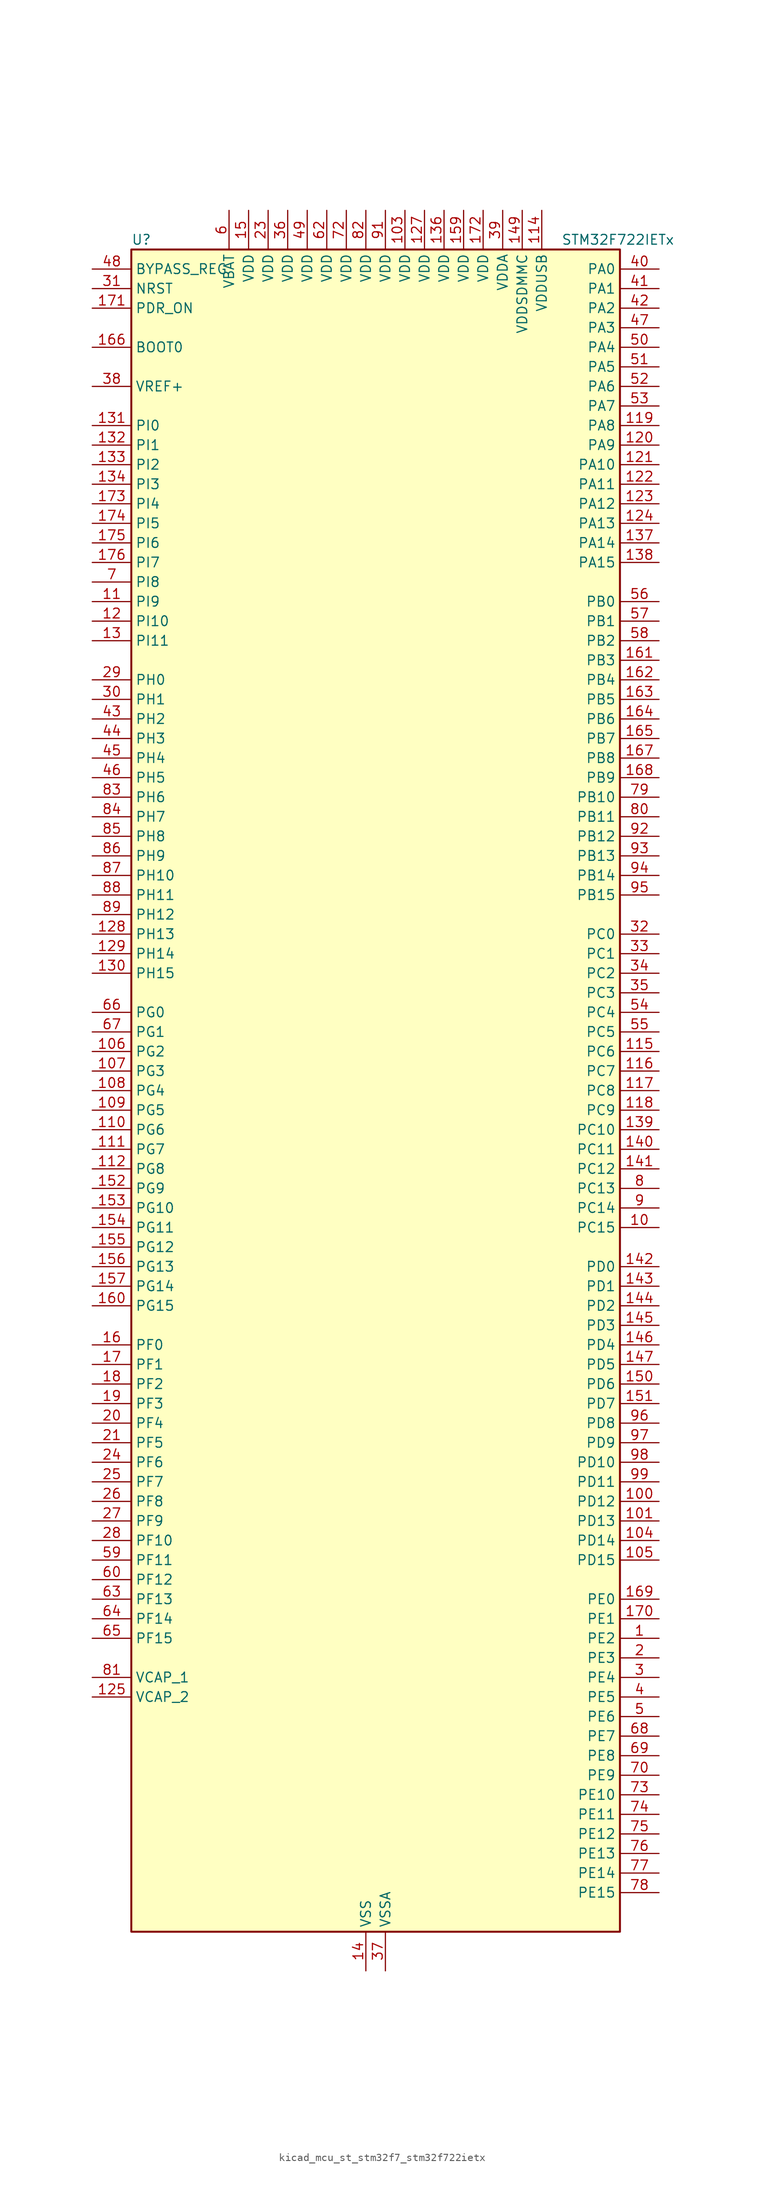
<source format=kicad_sym>
(kicad_symbol_lib
  (version 20220914)
  (generator kicad_symbol_editor)
  (symbol "kicad_mcu_st_stm32f7_stm32f722ietx"
    (property "Reference" "U"
      (at -30.48 110.49 0)
      (effects (font (size 1.27 1.27)) (justify left)))
    (property "Value" "STM32F722IETx"
      (at 25.4 110.49 0)
      (effects (font (size 1.27 1.27)) (justify left)))
    (property "ki_locked" ""
      (at 0 0 0)
      (effects (font (size 1.27 1.27))))
    (symbol "kicad_mcu_st_stm32f7_stm32f722ietx_0_1"
      (rectangle (start -30.48 -109.22) (end 33.02 109.22) (stroke (width 0.254) (type default)) (fill (type background))))
    (symbol "kicad_mcu_st_stm32f7_stm32f722ietx_1_1"
      (pin bidirectional line (at 38.1 -71.12 180) (length 5.08) (name "PE2" (effects (font (size 1.27 1.27)))) (number "1" (effects (font (size 1.27 1.27)))) (alternate "FMC_A23" bidirectional line) (alternate "QUADSPI_BK1_IO2" bidirectional line) (alternate "SAI1_MCLK_A" bidirectional line) (alternate "SPI4_SCK" bidirectional line) (alternate "SYS_TRACECLK" bidirectional line))
      (pin bidirectional line (at 38.1 -17.78 180) (length 5.08) (name "PC15" (effects (font (size 1.27 1.27)))) (number "10" (effects (font (size 1.27 1.27)))) (alternate "RCC_OSC32_OUT" bidirectional line))
      (pin bidirectional line (at 38.1 -53.34 180) (length 5.08) (name "PD12" (effects (font (size 1.27 1.27)))) (number "100" (effects (font (size 1.27 1.27)))) (alternate "FMC_A17" bidirectional line) (alternate "FMC_ALE" bidirectional line) (alternate "LPTIM1_IN1" bidirectional line) (alternate "QUADSPI_BK1_IO1" bidirectional line) (alternate "SAI2_FS_A" bidirectional line) (alternate "TIM4_CH1" bidirectional line) (alternate "USART3_DE" bidirectional line) (alternate "USART3_RTS" bidirectional line))
      (pin bidirectional line (at 38.1 -55.88 180) (length 5.08) (name "PD13" (effects (font (size 1.27 1.27)))) (number "101" (effects (font (size 1.27 1.27)))) (alternate "FMC_A18" bidirectional line) (alternate "LPTIM1_OUT" bidirectional line) (alternate "QUADSPI_BK1_IO3" bidirectional line) (alternate "SAI2_SCK_A" bidirectional line) (alternate "TIM4_CH2" bidirectional line))
      (pin passive line (at 0 -114.3 90) (length 5.08) hide (name "VSS" (effects (font (size 1.27 1.27)))) (number "102" (effects (font (size 1.27 1.27)))))
      (pin power_in line (at 5.08 114.3 270) (length 5.08) (name "VDD" (effects (font (size 1.27 1.27)))) (number "103" (effects (font (size 1.27 1.27)))))
      (pin bidirectional line (at 38.1 -58.42 180) (length 5.08) (name "PD14" (effects (font (size 1.27 1.27)))) (number "104" (effects (font (size 1.27 1.27)))) (alternate "FMC_D0" bidirectional line) (alternate "FMC_DA0" bidirectional line) (alternate "TIM4_CH3" bidirectional line) (alternate "UART8_CTS" bidirectional line))
      (pin bidirectional line (at 38.1 -60.96 180) (length 5.08) (name "PD15" (effects (font (size 1.27 1.27)))) (number "105" (effects (font (size 1.27 1.27)))) (alternate "FMC_D1" bidirectional line) (alternate "FMC_DA1" bidirectional line) (alternate "TIM4_CH4" bidirectional line) (alternate "UART8_DE" bidirectional line) (alternate "UART8_RTS" bidirectional line))
      (pin bidirectional line (at -35.56 5.08 0) (length 5.08) (name "PG2" (effects (font (size 1.27 1.27)))) (number "106" (effects (font (size 1.27 1.27)))) (alternate "FMC_A12" bidirectional line))
      (pin bidirectional line (at -35.56 2.54 0) (length 5.08) (name "PG3" (effects (font (size 1.27 1.27)))) (number "107" (effects (font (size 1.27 1.27)))) (alternate "FMC_A13" bidirectional line))
      (pin bidirectional line (at -35.56 0 0) (length 5.08) (name "PG4" (effects (font (size 1.27 1.27)))) (number "108" (effects (font (size 1.27 1.27)))) (alternate "FMC_A14" bidirectional line) (alternate "FMC_BA0" bidirectional line))
      (pin bidirectional line (at -35.56 -2.54 0) (length 5.08) (name "PG5" (effects (font (size 1.27 1.27)))) (number "109" (effects (font (size 1.27 1.27)))) (alternate "FMC_A15" bidirectional line) (alternate "FMC_BA1" bidirectional line))
      (pin bidirectional line (at -35.56 63.5 0) (length 5.08) (name "PI9" (effects (font (size 1.27 1.27)))) (number "11" (effects (font (size 1.27 1.27)))) (alternate "CAN1_RX" bidirectional line) (alternate "DAC_EXTI9" bidirectional line) (alternate "FMC_D30" bidirectional line) (alternate "UART4_RX" bidirectional line))
      (pin bidirectional line (at -35.56 -5.08 0) (length 5.08) (name "PG6" (effects (font (size 1.27 1.27)))) (number "110" (effects (font (size 1.27 1.27)))))
      (pin bidirectional line (at -35.56 -7.62 0) (length 5.08) (name "PG7" (effects (font (size 1.27 1.27)))) (number "111" (effects (font (size 1.27 1.27)))) (alternate "FMC_INT" bidirectional line) (alternate "USART6_CK" bidirectional line))
      (pin bidirectional line (at -35.56 -10.16 0) (length 5.08) (name "PG8" (effects (font (size 1.27 1.27)))) (number "112" (effects (font (size 1.27 1.27)))) (alternate "FMC_SDCLK" bidirectional line) (alternate "USART6_DE" bidirectional line) (alternate "USART6_RTS" bidirectional line))
      (pin passive line (at 0 -114.3 90) (length 5.08) hide (name "VSS" (effects (font (size 1.27 1.27)))) (number "113" (effects (font (size 1.27 1.27)))))
      (pin power_in line (at 22.86 114.3 270) (length 5.08) (name "VDDUSB" (effects (font (size 1.27 1.27)))) (number "114" (effects (font (size 1.27 1.27)))))
      (pin bidirectional line (at 38.1 5.08 180) (length 5.08) (name "PC6" (effects (font (size 1.27 1.27)))) (number "115" (effects (font (size 1.27 1.27)))) (alternate "I2S2_MCK" bidirectional line) (alternate "SDMMC1_D6" bidirectional line) (alternate "SDMMC2_D6" bidirectional line) (alternate "TIM3_CH1" bidirectional line) (alternate "TIM8_CH1" bidirectional line) (alternate "USART6_TX" bidirectional line))
      (pin bidirectional line (at 38.1 2.54 180) (length 5.08) (name "PC7" (effects (font (size 1.27 1.27)))) (number "116" (effects (font (size 1.27 1.27)))) (alternate "I2S3_MCK" bidirectional line) (alternate "SDMMC1_D7" bidirectional line) (alternate "SDMMC2_D7" bidirectional line) (alternate "TIM3_CH2" bidirectional line) (alternate "TIM8_CH2" bidirectional line) (alternate "USART6_RX" bidirectional line))
      (pin bidirectional line (at 38.1 0 180) (length 5.08) (name "PC8" (effects (font (size 1.27 1.27)))) (number "117" (effects (font (size 1.27 1.27)))) (alternate "SDMMC1_D0" bidirectional line) (alternate "SYS_TRACED1" bidirectional line) (alternate "TIM3_CH3" bidirectional line) (alternate "TIM8_CH3" bidirectional line) (alternate "UART5_DE" bidirectional line) (alternate "UART5_RTS" bidirectional line) (alternate "USART6_CK" bidirectional line))
      (pin bidirectional line (at 38.1 -2.54 180) (length 5.08) (name "PC9" (effects (font (size 1.27 1.27)))) (number "118" (effects (font (size 1.27 1.27)))) (alternate "DAC_EXTI9" bidirectional line) (alternate "I2C3_SDA" bidirectional line) (alternate "I2S_CKIN" bidirectional line) (alternate "QUADSPI_BK1_IO0" bidirectional line) (alternate "RCC_MCO_2" bidirectional line) (alternate "SDMMC1_D1" bidirectional line) (alternate "TIM3_CH4" bidirectional line) (alternate "TIM8_CH4" bidirectional line) (alternate "UART5_CTS" bidirectional line))
      (pin bidirectional line (at 38.1 86.36 180) (length 5.08) (name "PA8" (effects (font (size 1.27 1.27)))) (number "119" (effects (font (size 1.27 1.27)))) (alternate "I2C3_SCL" bidirectional line) (alternate "RCC_MCO_1" bidirectional line) (alternate "TIM1_CH1" bidirectional line) (alternate "TIM8_BKIN2" bidirectional line) (alternate "USART1_CK" bidirectional line) (alternate "USB_OTG_FS_SOF" bidirectional line))
      (pin bidirectional line (at -35.56 60.96 0) (length 5.08) (name "PI10" (effects (font (size 1.27 1.27)))) (number "12" (effects (font (size 1.27 1.27)))) (alternate "FMC_D31" bidirectional line))
      (pin bidirectional line (at 38.1 83.82 180) (length 5.08) (name "PA9" (effects (font (size 1.27 1.27)))) (number "120" (effects (font (size 1.27 1.27)))) (alternate "DAC_EXTI9" bidirectional line) (alternate "I2C3_SMBA" bidirectional line) (alternate "I2S2_CK" bidirectional line) (alternate "SPI2_SCK" bidirectional line) (alternate "TIM1_CH2" bidirectional line) (alternate "USART1_TX" bidirectional line) (alternate "USB_OTG_FS_VBUS" bidirectional line))
      (pin bidirectional line (at 38.1 81.28 180) (length 5.08) (name "PA10" (effects (font (size 1.27 1.27)))) (number "121" (effects (font (size 1.27 1.27)))) (alternate "TIM1_CH3" bidirectional line) (alternate "USART1_RX" bidirectional line) (alternate "USB_OTG_FS_ID" bidirectional line))
      (pin bidirectional line (at 38.1 78.74 180) (length 5.08) (name "PA11" (effects (font (size 1.27 1.27)))) (number "122" (effects (font (size 1.27 1.27)))) (alternate "ADC1_EXTI11" bidirectional line) (alternate "ADC2_EXTI11" bidirectional line) (alternate "ADC3_EXTI11" bidirectional line) (alternate "CAN1_RX" bidirectional line) (alternate "TIM1_CH4" bidirectional line) (alternate "USART1_CTS" bidirectional line) (alternate "USB_OTG_FS_DM" bidirectional line))
      (pin bidirectional line (at 38.1 76.2 180) (length 5.08) (name "PA12" (effects (font (size 1.27 1.27)))) (number "123" (effects (font (size 1.27 1.27)))) (alternate "CAN1_TX" bidirectional line) (alternate "SAI2_FS_B" bidirectional line) (alternate "TIM1_ETR" bidirectional line) (alternate "USART1_DE" bidirectional line) (alternate "USART1_RTS" bidirectional line) (alternate "USB_OTG_FS_DP" bidirectional line))
      (pin bidirectional line (at 38.1 73.66 180) (length 5.08) (name "PA13" (effects (font (size 1.27 1.27)))) (number "124" (effects (font (size 1.27 1.27)))) (alternate "SYS_JTMS-SWDIO" bidirectional line))
      (pin power_out line (at -35.56 -78.74 0) (length 5.08) (name "VCAP_2" (effects (font (size 1.27 1.27)))) (number "125" (effects (font (size 1.27 1.27)))))
      (pin passive line (at 0 -114.3 90) (length 5.08) hide (name "VSS" (effects (font (size 1.27 1.27)))) (number "126" (effects (font (size 1.27 1.27)))))
      (pin power_in line (at 7.62 114.3 270) (length 5.08) (name "VDD" (effects (font (size 1.27 1.27)))) (number "127" (effects (font (size 1.27 1.27)))))
      (pin bidirectional line (at -35.56 20.32 0) (length 5.08) (name "PH13" (effects (font (size 1.27 1.27)))) (number "128" (effects (font (size 1.27 1.27)))) (alternate "CAN1_TX" bidirectional line) (alternate "FMC_D21" bidirectional line) (alternate "TIM8_CH1N" bidirectional line) (alternate "UART4_TX" bidirectional line))
      (pin bidirectional line (at -35.56 17.78 0) (length 5.08) (name "PH14" (effects (font (size 1.27 1.27)))) (number "129" (effects (font (size 1.27 1.27)))) (alternate "CAN1_RX" bidirectional line) (alternate "FMC_D22" bidirectional line) (alternate "TIM8_CH2N" bidirectional line) (alternate "UART4_RX" bidirectional line))
      (pin bidirectional line (at -35.56 58.42 0) (length 5.08) (name "PI11" (effects (font (size 1.27 1.27)))) (number "13" (effects (font (size 1.27 1.27)))) (alternate "ADC1_EXTI11" bidirectional line) (alternate "ADC2_EXTI11" bidirectional line) (alternate "ADC3_EXTI11" bidirectional line) (alternate "SYS_WKUP6" bidirectional line) (alternate "USB_OTG_HS_ULPI_DIR" bidirectional line))
      (pin bidirectional line (at -35.56 15.24 0) (length 5.08) (name "PH15" (effects (font (size 1.27 1.27)))) (number "130" (effects (font (size 1.27 1.27)))) (alternate "FMC_D23" bidirectional line) (alternate "TIM8_CH3N" bidirectional line))
      (pin bidirectional line (at -35.56 86.36 0) (length 5.08) (name "PI0" (effects (font (size 1.27 1.27)))) (number "131" (effects (font (size 1.27 1.27)))) (alternate "FMC_D24" bidirectional line) (alternate "I2S2_WS" bidirectional line) (alternate "SPI2_NSS" bidirectional line) (alternate "TIM5_CH4" bidirectional line))
      (pin bidirectional line (at -35.56 83.82 0) (length 5.08) (name "PI1" (effects (font (size 1.27 1.27)))) (number "132" (effects (font (size 1.27 1.27)))) (alternate "FMC_D25" bidirectional line) (alternate "I2S2_CK" bidirectional line) (alternate "SPI2_SCK" bidirectional line) (alternate "TIM8_BKIN2" bidirectional line))
      (pin bidirectional line (at -35.56 81.28 0) (length 5.08) (name "PI2" (effects (font (size 1.27 1.27)))) (number "133" (effects (font (size 1.27 1.27)))) (alternate "FMC_D26" bidirectional line) (alternate "SPI2_MISO" bidirectional line) (alternate "TIM8_CH4" bidirectional line))
      (pin bidirectional line (at -35.56 78.74 0) (length 5.08) (name "PI3" (effects (font (size 1.27 1.27)))) (number "134" (effects (font (size 1.27 1.27)))) (alternate "FMC_D27" bidirectional line) (alternate "I2S2_SD" bidirectional line) (alternate "SPI2_MOSI" bidirectional line) (alternate "TIM8_ETR" bidirectional line))
      (pin passive line (at 0 -114.3 90) (length 5.08) hide (name "VSS" (effects (font (size 1.27 1.27)))) (number "135" (effects (font (size 1.27 1.27)))))
      (pin power_in line (at 10.16 114.3 270) (length 5.08) (name "VDD" (effects (font (size 1.27 1.27)))) (number "136" (effects (font (size 1.27 1.27)))))
      (pin bidirectional line (at 38.1 71.12 180) (length 5.08) (name "PA14" (effects (font (size 1.27 1.27)))) (number "137" (effects (font (size 1.27 1.27)))) (alternate "SYS_JTCK-SWCLK" bidirectional line))
      (pin bidirectional line (at 38.1 68.58 180) (length 5.08) (name "PA15" (effects (font (size 1.27 1.27)))) (number "138" (effects (font (size 1.27 1.27)))) (alternate "I2S1_WS" bidirectional line) (alternate "I2S3_WS" bidirectional line) (alternate "SPI1_NSS" bidirectional line) (alternate "SPI3_NSS" bidirectional line) (alternate "SYS_JTDI" bidirectional line) (alternate "TIM2_CH1" bidirectional line) (alternate "TIM2_ETR" bidirectional line) (alternate "UART4_DE" bidirectional line) (alternate "UART4_RTS" bidirectional line))
      (pin bidirectional line (at 38.1 -5.08 180) (length 5.08) (name "PC10" (effects (font (size 1.27 1.27)))) (number "139" (effects (font (size 1.27 1.27)))) (alternate "I2S3_CK" bidirectional line) (alternate "QUADSPI_BK1_IO1" bidirectional line) (alternate "SDMMC1_D2" bidirectional line) (alternate "SPI3_SCK" bidirectional line) (alternate "UART4_TX" bidirectional line) (alternate "USART3_TX" bidirectional line))
      (pin power_in line (at 0 -114.3 90) (length 5.08) (name "VSS" (effects (font (size 1.27 1.27)))) (number "14" (effects (font (size 1.27 1.27)))))
      (pin bidirectional line (at 38.1 -7.62 180) (length 5.08) (name "PC11" (effects (font (size 1.27 1.27)))) (number "140" (effects (font (size 1.27 1.27)))) (alternate "ADC1_EXTI11" bidirectional line) (alternate "ADC2_EXTI11" bidirectional line) (alternate "ADC3_EXTI11" bidirectional line) (alternate "QUADSPI_BK2_NCS" bidirectional line) (alternate "SDMMC1_D3" bidirectional line) (alternate "SPI3_MISO" bidirectional line) (alternate "UART4_RX" bidirectional line) (alternate "USART3_RX" bidirectional line))
      (pin bidirectional line (at 38.1 -10.16 180) (length 5.08) (name "PC12" (effects (font (size 1.27 1.27)))) (number "141" (effects (font (size 1.27 1.27)))) (alternate "I2S3_SD" bidirectional line) (alternate "SDMMC1_CK" bidirectional line) (alternate "SPI3_MOSI" bidirectional line) (alternate "SYS_TRACED3" bidirectional line) (alternate "UART5_TX" bidirectional line) (alternate "USART3_CK" bidirectional line))
      (pin bidirectional line (at 38.1 -22.86 180) (length 5.08) (name "PD0" (effects (font (size 1.27 1.27)))) (number "142" (effects (font (size 1.27 1.27)))) (alternate "CAN1_RX" bidirectional line) (alternate "FMC_D2" bidirectional line) (alternate "FMC_DA2" bidirectional line))
      (pin bidirectional line (at 38.1 -25.4 180) (length 5.08) (name "PD1" (effects (font (size 1.27 1.27)))) (number "143" (effects (font (size 1.27 1.27)))) (alternate "CAN1_TX" bidirectional line) (alternate "FMC_D3" bidirectional line) (alternate "FMC_DA3" bidirectional line))
      (pin bidirectional line (at 38.1 -27.94 180) (length 5.08) (name "PD2" (effects (font (size 1.27 1.27)))) (number "144" (effects (font (size 1.27 1.27)))) (alternate "SDMMC1_CMD" bidirectional line) (alternate "SYS_TRACED2" bidirectional line) (alternate "TIM3_ETR" bidirectional line) (alternate "UART5_RX" bidirectional line))
      (pin bidirectional line (at 38.1 -30.48 180) (length 5.08) (name "PD3" (effects (font (size 1.27 1.27)))) (number "145" (effects (font (size 1.27 1.27)))) (alternate "FMC_CLK" bidirectional line) (alternate "I2S2_CK" bidirectional line) (alternate "SPI2_SCK" bidirectional line) (alternate "USART2_CTS" bidirectional line))
      (pin bidirectional line (at 38.1 -33.02 180) (length 5.08) (name "PD4" (effects (font (size 1.27 1.27)))) (number "146" (effects (font (size 1.27 1.27)))) (alternate "FMC_NOE" bidirectional line) (alternate "USART2_DE" bidirectional line) (alternate "USART2_RTS" bidirectional line))
      (pin bidirectional line (at 38.1 -35.56 180) (length 5.08) (name "PD5" (effects (font (size 1.27 1.27)))) (number "147" (effects (font (size 1.27 1.27)))) (alternate "FMC_NWE" bidirectional line) (alternate "USART2_TX" bidirectional line))
      (pin passive line (at 0 -114.3 90) (length 5.08) hide (name "VSS" (effects (font (size 1.27 1.27)))) (number "148" (effects (font (size 1.27 1.27)))))
      (pin power_in line (at 20.32 114.3 270) (length 5.08) (name "VDDSDMMC" (effects (font (size 1.27 1.27)))) (number "149" (effects (font (size 1.27 1.27)))))
      (pin power_in line (at -15.24 114.3 270) (length 5.08) (name "VDD" (effects (font (size 1.27 1.27)))) (number "15" (effects (font (size 1.27 1.27)))))
      (pin bidirectional line (at 38.1 -38.1 180) (length 5.08) (name "PD6" (effects (font (size 1.27 1.27)))) (number "150" (effects (font (size 1.27 1.27)))) (alternate "FMC_NWAIT" bidirectional line) (alternate "I2S3_SD" bidirectional line) (alternate "SAI1_SD_A" bidirectional line) (alternate "SDMMC2_CK" bidirectional line) (alternate "SPI3_MOSI" bidirectional line) (alternate "USART2_RX" bidirectional line))
      (pin bidirectional line (at 38.1 -40.64 180) (length 5.08) (name "PD7" (effects (font (size 1.27 1.27)))) (number "151" (effects (font (size 1.27 1.27)))) (alternate "FMC_NE1" bidirectional line) (alternate "SDMMC2_CMD" bidirectional line) (alternate "USART2_CK" bidirectional line))
      (pin bidirectional line (at -35.56 -12.7 0) (length 5.08) (name "PG9" (effects (font (size 1.27 1.27)))) (number "152" (effects (font (size 1.27 1.27)))) (alternate "DAC_EXTI9" bidirectional line) (alternate "FMC_NCE" bidirectional line) (alternate "FMC_NE2" bidirectional line) (alternate "QUADSPI_BK2_IO2" bidirectional line) (alternate "SAI2_FS_B" bidirectional line) (alternate "SDMMC2_D0" bidirectional line) (alternate "USART6_RX" bidirectional line))
      (pin bidirectional line (at -35.56 -15.24 0) (length 5.08) (name "PG10" (effects (font (size 1.27 1.27)))) (number "153" (effects (font (size 1.27 1.27)))) (alternate "FMC_NE3" bidirectional line) (alternate "SAI2_SD_B" bidirectional line) (alternate "SDMMC2_D1" bidirectional line))
      (pin bidirectional line (at -35.56 -17.78 0) (length 5.08) (name "PG11" (effects (font (size 1.27 1.27)))) (number "154" (effects (font (size 1.27 1.27)))) (alternate "ADC1_EXTI11" bidirectional line) (alternate "ADC2_EXTI11" bidirectional line) (alternate "ADC3_EXTI11" bidirectional line) (alternate "FMC_INT" bidirectional line) (alternate "SDMMC2_D2" bidirectional line))
      (pin bidirectional line (at -35.56 -20.32 0) (length 5.08) (name "PG12" (effects (font (size 1.27 1.27)))) (number "155" (effects (font (size 1.27 1.27)))) (alternate "FMC_NE4" bidirectional line) (alternate "LPTIM1_IN1" bidirectional line) (alternate "SDMMC2_D3" bidirectional line) (alternate "USART6_DE" bidirectional line) (alternate "USART6_RTS" bidirectional line))
      (pin bidirectional line (at -35.56 -22.86 0) (length 5.08) (name "PG13" (effects (font (size 1.27 1.27)))) (number "156" (effects (font (size 1.27 1.27)))) (alternate "FMC_A24" bidirectional line) (alternate "LPTIM1_OUT" bidirectional line) (alternate "SYS_TRACED0" bidirectional line) (alternate "USART6_CTS" bidirectional line))
      (pin bidirectional line (at -35.56 -25.4 0) (length 5.08) (name "PG14" (effects (font (size 1.27 1.27)))) (number "157" (effects (font (size 1.27 1.27)))) (alternate "FMC_A25" bidirectional line) (alternate "LPTIM1_ETR" bidirectional line) (alternate "QUADSPI_BK2_IO3" bidirectional line) (alternate "SYS_TRACED1" bidirectional line) (alternate "USART6_TX" bidirectional line))
      (pin passive line (at 0 -114.3 90) (length 5.08) hide (name "VSS" (effects (font (size 1.27 1.27)))) (number "158" (effects (font (size 1.27 1.27)))))
      (pin power_in line (at 12.7 114.3 270) (length 5.08) (name "VDD" (effects (font (size 1.27 1.27)))) (number "159" (effects (font (size 1.27 1.27)))))
      (pin bidirectional line (at -35.56 -33.02 0) (length 5.08) (name "PF0" (effects (font (size 1.27 1.27)))) (number "16" (effects (font (size 1.27 1.27)))) (alternate "FMC_A0" bidirectional line) (alternate "I2C2_SDA" bidirectional line))
      (pin bidirectional line (at -35.56 -27.94 0) (length 5.08) (name "PG15" (effects (font (size 1.27 1.27)))) (number "160" (effects (font (size 1.27 1.27)))) (alternate "FMC_SDNCAS" bidirectional line) (alternate "USART6_CTS" bidirectional line))
      (pin bidirectional line (at 38.1 55.88 180) (length 5.08) (name "PB3" (effects (font (size 1.27 1.27)))) (number "161" (effects (font (size 1.27 1.27)))) (alternate "I2S1_CK" bidirectional line) (alternate "I2S3_CK" bidirectional line) (alternate "SDMMC2_D2" bidirectional line) (alternate "SPI1_SCK" bidirectional line) (alternate "SPI3_SCK" bidirectional line) (alternate "SYS_JTDO-SWO" bidirectional line) (alternate "TIM2_CH2" bidirectional line))
      (pin bidirectional line (at 38.1 53.34 180) (length 5.08) (name "PB4" (effects (font (size 1.27 1.27)))) (number "162" (effects (font (size 1.27 1.27)))) (alternate "I2S2_WS" bidirectional line) (alternate "SDMMC2_D3" bidirectional line) (alternate "SPI1_MISO" bidirectional line) (alternate "SPI2_NSS" bidirectional line) (alternate "SPI3_MISO" bidirectional line) (alternate "SYS_JTRST" bidirectional line) (alternate "TIM3_CH1" bidirectional line))
      (pin bidirectional line (at 38.1 50.8 180) (length 5.08) (name "PB5" (effects (font (size 1.27 1.27)))) (number "163" (effects (font (size 1.27 1.27)))) (alternate "FMC_SDCKE1" bidirectional line) (alternate "I2C1_SMBA" bidirectional line) (alternate "I2S1_SD" bidirectional line) (alternate "I2S3_SD" bidirectional line) (alternate "SPI1_MOSI" bidirectional line) (alternate "SPI3_MOSI" bidirectional line) (alternate "TIM3_CH2" bidirectional line) (alternate "USB_OTG_HS_ULPI_D7" bidirectional line))
      (pin bidirectional line (at 38.1 48.26 180) (length 5.08) (name "PB6" (effects (font (size 1.27 1.27)))) (number "164" (effects (font (size 1.27 1.27)))) (alternate "FMC_SDNE1" bidirectional line) (alternate "I2C1_SCL" bidirectional line) (alternate "QUADSPI_BK1_NCS" bidirectional line) (alternate "TIM4_CH1" bidirectional line) (alternate "USART1_TX" bidirectional line))
      (pin bidirectional line (at 38.1 45.72 180) (length 5.08) (name "PB7" (effects (font (size 1.27 1.27)))) (number "165" (effects (font (size 1.27 1.27)))) (alternate "FMC_NL" bidirectional line) (alternate "I2C1_SDA" bidirectional line) (alternate "TIM4_CH2" bidirectional line) (alternate "USART1_RX" bidirectional line))
      (pin input line (at -35.56 96.52 0) (length 5.08) (name "BOOT0" (effects (font (size 1.27 1.27)))) (number "166" (effects (font (size 1.27 1.27)))))
      (pin bidirectional line (at 38.1 43.18 180) (length 5.08) (name "PB8" (effects (font (size 1.27 1.27)))) (number "167" (effects (font (size 1.27 1.27)))) (alternate "CAN1_RX" bidirectional line) (alternate "I2C1_SCL" bidirectional line) (alternate "SDMMC1_D4" bidirectional line) (alternate "SDMMC2_D4" bidirectional line) (alternate "TIM10_CH1" bidirectional line) (alternate "TIM4_CH3" bidirectional line))
      (pin bidirectional line (at 38.1 40.64 180) (length 5.08) (name "PB9" (effects (font (size 1.27 1.27)))) (number "168" (effects (font (size 1.27 1.27)))) (alternate "CAN1_TX" bidirectional line) (alternate "DAC_EXTI9" bidirectional line) (alternate "I2C1_SDA" bidirectional line) (alternate "I2S2_WS" bidirectional line) (alternate "SDMMC1_D5" bidirectional line) (alternate "SDMMC2_D5" bidirectional line) (alternate "SPI2_NSS" bidirectional line) (alternate "TIM11_CH1" bidirectional line) (alternate "TIM4_CH4" bidirectional line))
      (pin bidirectional line (at 38.1 -66.04 180) (length 5.08) (name "PE0" (effects (font (size 1.27 1.27)))) (number "169" (effects (font (size 1.27 1.27)))) (alternate "FMC_NBL0" bidirectional line) (alternate "LPTIM1_ETR" bidirectional line) (alternate "SAI2_MCLK_A" bidirectional line) (alternate "TIM4_ETR" bidirectional line) (alternate "UART8_RX" bidirectional line))
      (pin bidirectional line (at -35.56 -35.56 0) (length 5.08) (name "PF1" (effects (font (size 1.27 1.27)))) (number "17" (effects (font (size 1.27 1.27)))) (alternate "FMC_A1" bidirectional line) (alternate "I2C2_SCL" bidirectional line))
      (pin bidirectional line (at 38.1 -68.58 180) (length 5.08) (name "PE1" (effects (font (size 1.27 1.27)))) (number "170" (effects (font (size 1.27 1.27)))) (alternate "FMC_NBL1" bidirectional line) (alternate "LPTIM1_IN2" bidirectional line) (alternate "UART8_TX" bidirectional line))
      (pin input line (at -35.56 101.6 0) (length 5.08) (name "PDR_ON" (effects (font (size 1.27 1.27)))) (number "171" (effects (font (size 1.27 1.27)))))
      (pin power_in line (at 15.24 114.3 270) (length 5.08) (name "VDD" (effects (font (size 1.27 1.27)))) (number "172" (effects (font (size 1.27 1.27)))))
      (pin bidirectional line (at -35.56 76.2 0) (length 5.08) (name "PI4" (effects (font (size 1.27 1.27)))) (number "173" (effects (font (size 1.27 1.27)))) (alternate "FMC_NBL2" bidirectional line) (alternate "SAI2_MCLK_A" bidirectional line) (alternate "TIM8_BKIN" bidirectional line))
      (pin bidirectional line (at -35.56 73.66 0) (length 5.08) (name "PI5" (effects (font (size 1.27 1.27)))) (number "174" (effects (font (size 1.27 1.27)))) (alternate "FMC_NBL3" bidirectional line) (alternate "SAI2_SCK_A" bidirectional line) (alternate "TIM8_CH1" bidirectional line))
      (pin bidirectional line (at -35.56 71.12 0) (length 5.08) (name "PI6" (effects (font (size 1.27 1.27)))) (number "175" (effects (font (size 1.27 1.27)))) (alternate "FMC_D28" bidirectional line) (alternate "SAI2_SD_A" bidirectional line) (alternate "TIM8_CH2" bidirectional line))
      (pin bidirectional line (at -35.56 68.58 0) (length 5.08) (name "PI7" (effects (font (size 1.27 1.27)))) (number "176" (effects (font (size 1.27 1.27)))) (alternate "FMC_D29" bidirectional line) (alternate "SAI2_FS_A" bidirectional line) (alternate "TIM8_CH3" bidirectional line))
      (pin bidirectional line (at -35.56 -38.1 0) (length 5.08) (name "PF2" (effects (font (size 1.27 1.27)))) (number "18" (effects (font (size 1.27 1.27)))) (alternate "FMC_A2" bidirectional line) (alternate "I2C2_SMBA" bidirectional line))
      (pin bidirectional line (at -35.56 -40.64 0) (length 5.08) (name "PF3" (effects (font (size 1.27 1.27)))) (number "19" (effects (font (size 1.27 1.27)))) (alternate "ADC3_IN9" bidirectional line) (alternate "FMC_A3" bidirectional line))
      (pin bidirectional line (at 38.1 -73.66 180) (length 5.08) (name "PE3" (effects (font (size 1.27 1.27)))) (number "2" (effects (font (size 1.27 1.27)))) (alternate "FMC_A19" bidirectional line) (alternate "SAI1_SD_B" bidirectional line) (alternate "SYS_TRACED0" bidirectional line))
      (pin bidirectional line (at -35.56 -43.18 0) (length 5.08) (name "PF4" (effects (font (size 1.27 1.27)))) (number "20" (effects (font (size 1.27 1.27)))) (alternate "ADC3_IN14" bidirectional line) (alternate "FMC_A4" bidirectional line))
      (pin bidirectional line (at -35.56 -45.72 0) (length 5.08) (name "PF5" (effects (font (size 1.27 1.27)))) (number "21" (effects (font (size 1.27 1.27)))) (alternate "ADC3_IN15" bidirectional line) (alternate "FMC_A5" bidirectional line))
      (pin passive line (at 0 -114.3 90) (length 5.08) hide (name "VSS" (effects (font (size 1.27 1.27)))) (number "22" (effects (font (size 1.27 1.27)))))
      (pin power_in line (at -12.7 114.3 270) (length 5.08) (name "VDD" (effects (font (size 1.27 1.27)))) (number "23" (effects (font (size 1.27 1.27)))))
      (pin bidirectional line (at -35.56 -48.26 0) (length 5.08) (name "PF6" (effects (font (size 1.27 1.27)))) (number "24" (effects (font (size 1.27 1.27)))) (alternate "ADC3_IN4" bidirectional line) (alternate "QUADSPI_BK1_IO3" bidirectional line) (alternate "SAI1_SD_B" bidirectional line) (alternate "SPI5_NSS" bidirectional line) (alternate "TIM10_CH1" bidirectional line) (alternate "UART7_RX" bidirectional line))
      (pin bidirectional line (at -35.56 -50.8 0) (length 5.08) (name "PF7" (effects (font (size 1.27 1.27)))) (number "25" (effects (font (size 1.27 1.27)))) (alternate "ADC3_IN5" bidirectional line) (alternate "QUADSPI_BK1_IO2" bidirectional line) (alternate "SAI1_MCLK_B" bidirectional line) (alternate "SPI5_SCK" bidirectional line) (alternate "TIM11_CH1" bidirectional line) (alternate "UART7_TX" bidirectional line))
      (pin bidirectional line (at -35.56 -53.34 0) (length 5.08) (name "PF8" (effects (font (size 1.27 1.27)))) (number "26" (effects (font (size 1.27 1.27)))) (alternate "ADC3_IN6" bidirectional line) (alternate "QUADSPI_BK1_IO0" bidirectional line) (alternate "SAI1_SCK_B" bidirectional line) (alternate "SPI5_MISO" bidirectional line) (alternate "TIM13_CH1" bidirectional line) (alternate "UART7_DE" bidirectional line) (alternate "UART7_RTS" bidirectional line))
      (pin bidirectional line (at -35.56 -55.88 0) (length 5.08) (name "PF9" (effects (font (size 1.27 1.27)))) (number "27" (effects (font (size 1.27 1.27)))) (alternate "ADC3_IN7" bidirectional line) (alternate "DAC_EXTI9" bidirectional line) (alternate "QUADSPI_BK1_IO1" bidirectional line) (alternate "SAI1_FS_B" bidirectional line) (alternate "SPI5_MOSI" bidirectional line) (alternate "TIM14_CH1" bidirectional line) (alternate "UART7_CTS" bidirectional line))
      (pin bidirectional line (at -35.56 -58.42 0) (length 5.08) (name "PF10" (effects (font (size 1.27 1.27)))) (number "28" (effects (font (size 1.27 1.27)))) (alternate "ADC3_IN8" bidirectional line))
      (pin bidirectional line (at -35.56 53.34 0) (length 5.08) (name "PH0" (effects (font (size 1.27 1.27)))) (number "29" (effects (font (size 1.27 1.27)))) (alternate "RCC_OSC_IN" bidirectional line))
      (pin bidirectional line (at 38.1 -76.2 180) (length 5.08) (name "PE4" (effects (font (size 1.27 1.27)))) (number "3" (effects (font (size 1.27 1.27)))) (alternate "FMC_A20" bidirectional line) (alternate "SAI1_FS_A" bidirectional line) (alternate "SPI4_NSS" bidirectional line) (alternate "SYS_TRACED1" bidirectional line))
      (pin bidirectional line (at -35.56 50.8 0) (length 5.08) (name "PH1" (effects (font (size 1.27 1.27)))) (number "30" (effects (font (size 1.27 1.27)))) (alternate "RCC_OSC_OUT" bidirectional line))
      (pin input line (at -35.56 104.14 0) (length 5.08) (name "NRST" (effects (font (size 1.27 1.27)))) (number "31" (effects (font (size 1.27 1.27)))))
      (pin bidirectional line (at 38.1 20.32 180) (length 5.08) (name "PC0" (effects (font (size 1.27 1.27)))) (number "32" (effects (font (size 1.27 1.27)))) (alternate "ADC1_IN10" bidirectional line) (alternate "ADC2_IN10" bidirectional line) (alternate "ADC3_IN10" bidirectional line) (alternate "FMC_SDNWE" bidirectional line) (alternate "SAI2_FS_B" bidirectional line) (alternate "USB_OTG_HS_ULPI_STP" bidirectional line))
      (pin bidirectional line (at 38.1 17.78 180) (length 5.08) (name "PC1" (effects (font (size 1.27 1.27)))) (number "33" (effects (font (size 1.27 1.27)))) (alternate "ADC1_IN11" bidirectional line) (alternate "ADC2_IN11" bidirectional line) (alternate "ADC3_IN11" bidirectional line) (alternate "I2S2_SD" bidirectional line) (alternate "RTC_TAMP3" bidirectional line) (alternate "RTC_TS" bidirectional line) (alternate "SAI1_SD_A" bidirectional line) (alternate "SPI2_MOSI" bidirectional line) (alternate "SYS_TRACED0" bidirectional line) (alternate "SYS_WKUP3" bidirectional line))
      (pin bidirectional line (at 38.1 15.24 180) (length 5.08) (name "PC2" (effects (font (size 1.27 1.27)))) (number "34" (effects (font (size 1.27 1.27)))) (alternate "ADC1_IN12" bidirectional line) (alternate "ADC2_IN12" bidirectional line) (alternate "ADC3_IN12" bidirectional line) (alternate "FMC_SDNE0" bidirectional line) (alternate "SPI2_MISO" bidirectional line) (alternate "USB_OTG_HS_ULPI_DIR" bidirectional line))
      (pin bidirectional line (at 38.1 12.7 180) (length 5.08) (name "PC3" (effects (font (size 1.27 1.27)))) (number "35" (effects (font (size 1.27 1.27)))) (alternate "ADC1_IN13" bidirectional line) (alternate "ADC2_IN13" bidirectional line) (alternate "ADC3_IN13" bidirectional line) (alternate "FMC_SDCKE0" bidirectional line) (alternate "I2S2_SD" bidirectional line) (alternate "SPI2_MOSI" bidirectional line) (alternate "USB_OTG_HS_ULPI_NXT" bidirectional line))
      (pin power_in line (at -10.16 114.3 270) (length 5.08) (name "VDD" (effects (font (size 1.27 1.27)))) (number "36" (effects (font (size 1.27 1.27)))))
      (pin power_in line (at 2.54 -114.3 90) (length 5.08) (name "VSSA" (effects (font (size 1.27 1.27)))) (number "37" (effects (font (size 1.27 1.27)))))
      (pin input line (at -35.56 91.44 0) (length 5.08) (name "VREF+" (effects (font (size 1.27 1.27)))) (number "38" (effects (font (size 1.27 1.27)))))
      (pin power_in line (at 17.78 114.3 270) (length 5.08) (name "VDDA" (effects (font (size 1.27 1.27)))) (number "39" (effects (font (size 1.27 1.27)))))
      (pin bidirectional line (at 38.1 -78.74 180) (length 5.08) (name "PE5" (effects (font (size 1.27 1.27)))) (number "4" (effects (font (size 1.27 1.27)))) (alternate "FMC_A21" bidirectional line) (alternate "SAI1_SCK_A" bidirectional line) (alternate "SPI4_MISO" bidirectional line) (alternate "SYS_TRACED2" bidirectional line) (alternate "TIM9_CH1" bidirectional line))
      (pin bidirectional line (at 38.1 106.68 180) (length 5.08) (name "PA0" (effects (font (size 1.27 1.27)))) (number "40" (effects (font (size 1.27 1.27)))) (alternate "ADC1_IN0" bidirectional line) (alternate "ADC2_IN0" bidirectional line) (alternate "ADC3_IN0" bidirectional line) (alternate "SAI2_SD_B" bidirectional line) (alternate "SYS_WKUP1" bidirectional line) (alternate "TIM2_CH1" bidirectional line) (alternate "TIM2_ETR" bidirectional line) (alternate "TIM5_CH1" bidirectional line) (alternate "TIM8_ETR" bidirectional line) (alternate "UART4_TX" bidirectional line) (alternate "USART2_CTS" bidirectional line))
      (pin bidirectional line (at 38.1 104.14 180) (length 5.08) (name "PA1" (effects (font (size 1.27 1.27)))) (number "41" (effects (font (size 1.27 1.27)))) (alternate "ADC1_IN1" bidirectional line) (alternate "ADC2_IN1" bidirectional line) (alternate "ADC3_IN1" bidirectional line) (alternate "QUADSPI_BK1_IO3" bidirectional line) (alternate "SAI2_MCLK_B" bidirectional line) (alternate "TIM2_CH2" bidirectional line) (alternate "TIM5_CH2" bidirectional line) (alternate "UART4_RX" bidirectional line) (alternate "USART2_DE" bidirectional line) (alternate "USART2_RTS" bidirectional line))
      (pin bidirectional line (at 38.1 101.6 180) (length 5.08) (name "PA2" (effects (font (size 1.27 1.27)))) (number "42" (effects (font (size 1.27 1.27)))) (alternate "ADC1_IN2" bidirectional line) (alternate "ADC2_IN2" bidirectional line) (alternate "ADC3_IN2" bidirectional line) (alternate "SAI2_SCK_B" bidirectional line) (alternate "SYS_WKUP2" bidirectional line) (alternate "TIM2_CH3" bidirectional line) (alternate "TIM5_CH3" bidirectional line) (alternate "TIM9_CH1" bidirectional line) (alternate "USART2_TX" bidirectional line))
      (pin bidirectional line (at -35.56 48.26 0) (length 5.08) (name "PH2" (effects (font (size 1.27 1.27)))) (number "43" (effects (font (size 1.27 1.27)))) (alternate "FMC_SDCKE0" bidirectional line) (alternate "LPTIM1_IN2" bidirectional line) (alternate "QUADSPI_BK2_IO0" bidirectional line) (alternate "SAI2_SCK_B" bidirectional line))
      (pin bidirectional line (at -35.56 45.72 0) (length 5.08) (name "PH3" (effects (font (size 1.27 1.27)))) (number "44" (effects (font (size 1.27 1.27)))) (alternate "FMC_SDNE0" bidirectional line) (alternate "QUADSPI_BK2_IO1" bidirectional line) (alternate "SAI2_MCLK_B" bidirectional line))
      (pin bidirectional line (at -35.56 43.18 0) (length 5.08) (name "PH4" (effects (font (size 1.27 1.27)))) (number "45" (effects (font (size 1.27 1.27)))) (alternate "I2C2_SCL" bidirectional line) (alternate "USB_OTG_HS_ULPI_NXT" bidirectional line))
      (pin bidirectional line (at -35.56 40.64 0) (length 5.08) (name "PH5" (effects (font (size 1.27 1.27)))) (number "46" (effects (font (size 1.27 1.27)))) (alternate "FMC_SDNWE" bidirectional line) (alternate "I2C2_SDA" bidirectional line) (alternate "SPI5_NSS" bidirectional line))
      (pin bidirectional line (at 38.1 99.06 180) (length 5.08) (name "PA3" (effects (font (size 1.27 1.27)))) (number "47" (effects (font (size 1.27 1.27)))) (alternate "ADC1_IN3" bidirectional line) (alternate "ADC2_IN3" bidirectional line) (alternate "ADC3_IN3" bidirectional line) (alternate "TIM2_CH4" bidirectional line) (alternate "TIM5_CH4" bidirectional line) (alternate "TIM9_CH2" bidirectional line) (alternate "USART2_RX" bidirectional line) (alternate "USB_OTG_HS_ULPI_D0" bidirectional line))
      (pin input line (at -35.56 106.68 0) (length 5.08) (name "BYPASS_REG" (effects (font (size 1.27 1.27)))) (number "48" (effects (font (size 1.27 1.27)))))
      (pin power_in line (at -7.62 114.3 270) (length 5.08) (name "VDD" (effects (font (size 1.27 1.27)))) (number "49" (effects (font (size 1.27 1.27)))))
      (pin bidirectional line (at 38.1 -81.28 180) (length 5.08) (name "PE6" (effects (font (size 1.27 1.27)))) (number "5" (effects (font (size 1.27 1.27)))) (alternate "FMC_A22" bidirectional line) (alternate "SAI1_SD_A" bidirectional line) (alternate "SAI2_MCLK_B" bidirectional line) (alternate "SPI4_MOSI" bidirectional line) (alternate "SYS_TRACED3" bidirectional line) (alternate "TIM1_BKIN2" bidirectional line) (alternate "TIM9_CH2" bidirectional line))
      (pin bidirectional line (at 38.1 96.52 180) (length 5.08) (name "PA4" (effects (font (size 1.27 1.27)))) (number "50" (effects (font (size 1.27 1.27)))) (alternate "ADC1_IN4" bidirectional line) (alternate "ADC2_IN4" bidirectional line) (alternate "DAC_OUT1" bidirectional line) (alternate "I2S1_WS" bidirectional line) (alternate "I2S3_WS" bidirectional line) (alternate "SPI1_NSS" bidirectional line) (alternate "SPI3_NSS" bidirectional line) (alternate "USART2_CK" bidirectional line) (alternate "USB_OTG_HS_SOF" bidirectional line))
      (pin bidirectional line (at 38.1 93.98 180) (length 5.08) (name "PA5" (effects (font (size 1.27 1.27)))) (number "51" (effects (font (size 1.27 1.27)))) (alternate "ADC1_IN5" bidirectional line) (alternate "ADC2_IN5" bidirectional line) (alternate "DAC_OUT2" bidirectional line) (alternate "I2S1_CK" bidirectional line) (alternate "SPI1_SCK" bidirectional line) (alternate "TIM2_CH1" bidirectional line) (alternate "TIM2_ETR" bidirectional line) (alternate "TIM8_CH1N" bidirectional line) (alternate "USB_OTG_HS_ULPI_CK" bidirectional line))
      (pin bidirectional line (at 38.1 91.44 180) (length 5.08) (name "PA6" (effects (font (size 1.27 1.27)))) (number "52" (effects (font (size 1.27 1.27)))) (alternate "ADC1_IN6" bidirectional line) (alternate "ADC2_IN6" bidirectional line) (alternate "SPI1_MISO" bidirectional line) (alternate "TIM13_CH1" bidirectional line) (alternate "TIM1_BKIN" bidirectional line) (alternate "TIM3_CH1" bidirectional line) (alternate "TIM8_BKIN" bidirectional line))
      (pin bidirectional line (at 38.1 88.9 180) (length 5.08) (name "PA7" (effects (font (size 1.27 1.27)))) (number "53" (effects (font (size 1.27 1.27)))) (alternate "ADC1_IN7" bidirectional line) (alternate "ADC2_IN7" bidirectional line) (alternate "FMC_SDNWE" bidirectional line) (alternate "I2S1_SD" bidirectional line) (alternate "SPI1_MOSI" bidirectional line) (alternate "TIM14_CH1" bidirectional line) (alternate "TIM1_CH1N" bidirectional line) (alternate "TIM3_CH2" bidirectional line) (alternate "TIM8_CH1N" bidirectional line))
      (pin bidirectional line (at 38.1 10.16 180) (length 5.08) (name "PC4" (effects (font (size 1.27 1.27)))) (number "54" (effects (font (size 1.27 1.27)))) (alternate "ADC1_IN14" bidirectional line) (alternate "ADC2_IN14" bidirectional line) (alternate "FMC_SDNE0" bidirectional line) (alternate "I2S1_MCK" bidirectional line))
      (pin bidirectional line (at 38.1 7.62 180) (length 5.08) (name "PC5" (effects (font (size 1.27 1.27)))) (number "55" (effects (font (size 1.27 1.27)))) (alternate "ADC1_IN15" bidirectional line) (alternate "ADC2_IN15" bidirectional line) (alternate "FMC_SDCKE0" bidirectional line))
      (pin bidirectional line (at 38.1 63.5 180) (length 5.08) (name "PB0" (effects (font (size 1.27 1.27)))) (number "56" (effects (font (size 1.27 1.27)))) (alternate "ADC1_IN8" bidirectional line) (alternate "ADC2_IN8" bidirectional line) (alternate "TIM1_CH2N" bidirectional line) (alternate "TIM3_CH3" bidirectional line) (alternate "TIM8_CH2N" bidirectional line) (alternate "UART4_CTS" bidirectional line) (alternate "USB_OTG_HS_ULPI_D1" bidirectional line))
      (pin bidirectional line (at 38.1 60.96 180) (length 5.08) (name "PB1" (effects (font (size 1.27 1.27)))) (number "57" (effects (font (size 1.27 1.27)))) (alternate "ADC1_IN9" bidirectional line) (alternate "ADC2_IN9" bidirectional line) (alternate "TIM1_CH3N" bidirectional line) (alternate "TIM3_CH4" bidirectional line) (alternate "TIM8_CH3N" bidirectional line) (alternate "USB_OTG_HS_ULPI_D2" bidirectional line))
      (pin bidirectional line (at 38.1 58.42 180) (length 5.08) (name "PB2" (effects (font (size 1.27 1.27)))) (number "58" (effects (font (size 1.27 1.27)))) (alternate "I2S3_SD" bidirectional line) (alternate "QUADSPI_CLK" bidirectional line) (alternate "SAI1_SD_A" bidirectional line) (alternate "SPI3_MOSI" bidirectional line))
      (pin bidirectional line (at -35.56 -60.96 0) (length 5.08) (name "PF11" (effects (font (size 1.27 1.27)))) (number "59" (effects (font (size 1.27 1.27)))) (alternate "ADC1_EXTI11" bidirectional line) (alternate "ADC2_EXTI11" bidirectional line) (alternate "ADC3_EXTI11" bidirectional line) (alternate "FMC_SDNRAS" bidirectional line) (alternate "SAI2_SD_B" bidirectional line) (alternate "SPI5_MOSI" bidirectional line))
      (pin power_in line (at -17.78 114.3 270) (length 5.08) (name "VBAT" (effects (font (size 1.27 1.27)))) (number "6" (effects (font (size 1.27 1.27)))))
      (pin bidirectional line (at -35.56 -63.5 0) (length 5.08) (name "PF12" (effects (font (size 1.27 1.27)))) (number "60" (effects (font (size 1.27 1.27)))) (alternate "FMC_A6" bidirectional line))
      (pin passive line (at 0 -114.3 90) (length 5.08) hide (name "VSS" (effects (font (size 1.27 1.27)))) (number "61" (effects (font (size 1.27 1.27)))))
      (pin power_in line (at -5.08 114.3 270) (length 5.08) (name "VDD" (effects (font (size 1.27 1.27)))) (number "62" (effects (font (size 1.27 1.27)))))
      (pin bidirectional line (at -35.56 -66.04 0) (length 5.08) (name "PF13" (effects (font (size 1.27 1.27)))) (number "63" (effects (font (size 1.27 1.27)))) (alternate "FMC_A7" bidirectional line))
      (pin bidirectional line (at -35.56 -68.58 0) (length 5.08) (name "PF14" (effects (font (size 1.27 1.27)))) (number "64" (effects (font (size 1.27 1.27)))) (alternate "FMC_A8" bidirectional line))
      (pin bidirectional line (at -35.56 -71.12 0) (length 5.08) (name "PF15" (effects (font (size 1.27 1.27)))) (number "65" (effects (font (size 1.27 1.27)))) (alternate "FMC_A9" bidirectional line))
      (pin bidirectional line (at -35.56 10.16 0) (length 5.08) (name "PG0" (effects (font (size 1.27 1.27)))) (number "66" (effects (font (size 1.27 1.27)))) (alternate "FMC_A10" bidirectional line))
      (pin bidirectional line (at -35.56 7.62 0) (length 5.08) (name "PG1" (effects (font (size 1.27 1.27)))) (number "67" (effects (font (size 1.27 1.27)))) (alternate "FMC_A11" bidirectional line))
      (pin bidirectional line (at 38.1 -83.82 180) (length 5.08) (name "PE7" (effects (font (size 1.27 1.27)))) (number "68" (effects (font (size 1.27 1.27)))) (alternate "FMC_D4" bidirectional line) (alternate "FMC_DA4" bidirectional line) (alternate "QUADSPI_BK2_IO0" bidirectional line) (alternate "TIM1_ETR" bidirectional line) (alternate "UART7_RX" bidirectional line))
      (pin bidirectional line (at 38.1 -86.36 180) (length 5.08) (name "PE8" (effects (font (size 1.27 1.27)))) (number "69" (effects (font (size 1.27 1.27)))) (alternate "FMC_D5" bidirectional line) (alternate "FMC_DA5" bidirectional line) (alternate "QUADSPI_BK2_IO1" bidirectional line) (alternate "TIM1_CH1N" bidirectional line) (alternate "UART7_TX" bidirectional line))
      (pin bidirectional line (at -35.56 66.04 0) (length 5.08) (name "PI8" (effects (font (size 1.27 1.27)))) (number "7" (effects (font (size 1.27 1.27)))) (alternate "RTC_TAMP2" bidirectional line) (alternate "RTC_TS" bidirectional line) (alternate "SYS_WKUP5" bidirectional line))
      (pin bidirectional line (at 38.1 -88.9 180) (length 5.08) (name "PE9" (effects (font (size 1.27 1.27)))) (number "70" (effects (font (size 1.27 1.27)))) (alternate "DAC_EXTI9" bidirectional line) (alternate "FMC_D6" bidirectional line) (alternate "FMC_DA6" bidirectional line) (alternate "QUADSPI_BK2_IO2" bidirectional line) (alternate "TIM1_CH1" bidirectional line) (alternate "UART7_DE" bidirectional line) (alternate "UART7_RTS" bidirectional line))
      (pin passive line (at 0 -114.3 90) (length 5.08) hide (name "VSS" (effects (font (size 1.27 1.27)))) (number "71" (effects (font (size 1.27 1.27)))))
      (pin power_in line (at -2.54 114.3 270) (length 5.08) (name "VDD" (effects (font (size 1.27 1.27)))) (number "72" (effects (font (size 1.27 1.27)))))
      (pin bidirectional line (at 38.1 -91.44 180) (length 5.08) (name "PE10" (effects (font (size 1.27 1.27)))) (number "73" (effects (font (size 1.27 1.27)))) (alternate "FMC_D7" bidirectional line) (alternate "FMC_DA7" bidirectional line) (alternate "QUADSPI_BK2_IO3" bidirectional line) (alternate "TIM1_CH2N" bidirectional line) (alternate "UART7_CTS" bidirectional line))
      (pin bidirectional line (at 38.1 -93.98 180) (length 5.08) (name "PE11" (effects (font (size 1.27 1.27)))) (number "74" (effects (font (size 1.27 1.27)))) (alternate "ADC1_EXTI11" bidirectional line) (alternate "ADC2_EXTI11" bidirectional line) (alternate "ADC3_EXTI11" bidirectional line) (alternate "FMC_D8" bidirectional line) (alternate "FMC_DA8" bidirectional line) (alternate "SAI2_SD_B" bidirectional line) (alternate "SPI4_NSS" bidirectional line) (alternate "TIM1_CH2" bidirectional line))
      (pin bidirectional line (at 38.1 -96.52 180) (length 5.08) (name "PE12" (effects (font (size 1.27 1.27)))) (number "75" (effects (font (size 1.27 1.27)))) (alternate "FMC_D9" bidirectional line) (alternate "FMC_DA9" bidirectional line) (alternate "SAI2_SCK_B" bidirectional line) (alternate "SPI4_SCK" bidirectional line) (alternate "TIM1_CH3N" bidirectional line))
      (pin bidirectional line (at 38.1 -99.06 180) (length 5.08) (name "PE13" (effects (font (size 1.27 1.27)))) (number "76" (effects (font (size 1.27 1.27)))) (alternate "FMC_D10" bidirectional line) (alternate "FMC_DA10" bidirectional line) (alternate "SAI2_FS_B" bidirectional line) (alternate "SPI4_MISO" bidirectional line) (alternate "TIM1_CH3" bidirectional line))
      (pin bidirectional line (at 38.1 -101.6 180) (length 5.08) (name "PE14" (effects (font (size 1.27 1.27)))) (number "77" (effects (font (size 1.27 1.27)))) (alternate "FMC_D11" bidirectional line) (alternate "FMC_DA11" bidirectional line) (alternate "SAI2_MCLK_B" bidirectional line) (alternate "SPI4_MOSI" bidirectional line) (alternate "TIM1_CH4" bidirectional line))
      (pin bidirectional line (at 38.1 -104.14 180) (length 5.08) (name "PE15" (effects (font (size 1.27 1.27)))) (number "78" (effects (font (size 1.27 1.27)))) (alternate "FMC_D12" bidirectional line) (alternate "FMC_DA12" bidirectional line) (alternate "TIM1_BKIN" bidirectional line))
      (pin bidirectional line (at 38.1 38.1 180) (length 5.08) (name "PB10" (effects (font (size 1.27 1.27)))) (number "79" (effects (font (size 1.27 1.27)))) (alternate "I2C2_SCL" bidirectional line) (alternate "I2S2_CK" bidirectional line) (alternate "SPI2_SCK" bidirectional line) (alternate "TIM2_CH3" bidirectional line) (alternate "USART3_TX" bidirectional line) (alternate "USB_OTG_HS_ULPI_D3" bidirectional line))
      (pin bidirectional line (at 38.1 -12.7 180) (length 5.08) (name "PC13" (effects (font (size 1.27 1.27)))) (number "8" (effects (font (size 1.27 1.27)))) (alternate "RTC_OUT" bidirectional line) (alternate "RTC_TAMP1" bidirectional line) (alternate "RTC_TS" bidirectional line) (alternate "SYS_WKUP4" bidirectional line))
      (pin bidirectional line (at 38.1 35.56 180) (length 5.08) (name "PB11" (effects (font (size 1.27 1.27)))) (number "80" (effects (font (size 1.27 1.27)))) (alternate "ADC1_EXTI11" bidirectional line) (alternate "ADC2_EXTI11" bidirectional line) (alternate "ADC3_EXTI11" bidirectional line) (alternate "I2C2_SDA" bidirectional line) (alternate "TIM2_CH4" bidirectional line) (alternate "USART3_RX" bidirectional line) (alternate "USB_OTG_HS_ULPI_D4" bidirectional line))
      (pin power_out line (at -35.56 -76.2 0) (length 5.08) (name "VCAP_1" (effects (font (size 1.27 1.27)))) (number "81" (effects (font (size 1.27 1.27)))))
      (pin power_in line (at 0 114.3 270) (length 5.08) (name "VDD" (effects (font (size 1.27 1.27)))) (number "82" (effects (font (size 1.27 1.27)))))
      (pin bidirectional line (at -35.56 38.1 0) (length 5.08) (name "PH6" (effects (font (size 1.27 1.27)))) (number "83" (effects (font (size 1.27 1.27)))) (alternate "FMC_SDNE1" bidirectional line) (alternate "I2C2_SMBA" bidirectional line) (alternate "SPI5_SCK" bidirectional line) (alternate "TIM12_CH1" bidirectional line))
      (pin bidirectional line (at -35.56 35.56 0) (length 5.08) (name "PH7" (effects (font (size 1.27 1.27)))) (number "84" (effects (font (size 1.27 1.27)))) (alternate "FMC_SDCKE1" bidirectional line) (alternate "I2C3_SCL" bidirectional line) (alternate "SPI5_MISO" bidirectional line))
      (pin bidirectional line (at -35.56 33.02 0) (length 5.08) (name "PH8" (effects (font (size 1.27 1.27)))) (number "85" (effects (font (size 1.27 1.27)))) (alternate "FMC_D16" bidirectional line) (alternate "I2C3_SDA" bidirectional line))
      (pin bidirectional line (at -35.56 30.48 0) (length 5.08) (name "PH9" (effects (font (size 1.27 1.27)))) (number "86" (effects (font (size 1.27 1.27)))) (alternate "DAC_EXTI9" bidirectional line) (alternate "FMC_D17" bidirectional line) (alternate "I2C3_SMBA" bidirectional line) (alternate "TIM12_CH2" bidirectional line))
      (pin bidirectional line (at -35.56 27.94 0) (length 5.08) (name "PH10" (effects (font (size 1.27 1.27)))) (number "87" (effects (font (size 1.27 1.27)))) (alternate "FMC_D18" bidirectional line) (alternate "TIM5_CH1" bidirectional line))
      (pin bidirectional line (at -35.56 25.4 0) (length 5.08) (name "PH11" (effects (font (size 1.27 1.27)))) (number "88" (effects (font (size 1.27 1.27)))) (alternate "ADC1_EXTI11" bidirectional line) (alternate "ADC2_EXTI11" bidirectional line) (alternate "ADC3_EXTI11" bidirectional line) (alternate "FMC_D19" bidirectional line) (alternate "TIM5_CH2" bidirectional line))
      (pin bidirectional line (at -35.56 22.86 0) (length 5.08) (name "PH12" (effects (font (size 1.27 1.27)))) (number "89" (effects (font (size 1.27 1.27)))) (alternate "FMC_D20" bidirectional line) (alternate "TIM5_CH3" bidirectional line))
      (pin bidirectional line (at 38.1 -15.24 180) (length 5.08) (name "PC14" (effects (font (size 1.27 1.27)))) (number "9" (effects (font (size 1.27 1.27)))) (alternate "RCC_OSC32_IN" bidirectional line))
      (pin passive line (at 0 -114.3 90) (length 5.08) hide (name "VSS" (effects (font (size 1.27 1.27)))) (number "90" (effects (font (size 1.27 1.27)))))
      (pin power_in line (at 2.54 114.3 270) (length 5.08) (name "VDD" (effects (font (size 1.27 1.27)))) (number "91" (effects (font (size 1.27 1.27)))))
      (pin bidirectional line (at 38.1 33.02 180) (length 5.08) (name "PB12" (effects (font (size 1.27 1.27)))) (number "92" (effects (font (size 1.27 1.27)))) (alternate "I2C2_SMBA" bidirectional line) (alternate "I2S2_WS" bidirectional line) (alternate "SPI2_NSS" bidirectional line) (alternate "TIM1_BKIN" bidirectional line) (alternate "USART3_CK" bidirectional line) (alternate "USB_OTG_HS_ID" bidirectional line) (alternate "USB_OTG_HS_ULPI_D5" bidirectional line))
      (pin bidirectional line (at 38.1 30.48 180) (length 5.08) (name "PB13" (effects (font (size 1.27 1.27)))) (number "93" (effects (font (size 1.27 1.27)))) (alternate "I2S2_CK" bidirectional line) (alternate "SPI2_SCK" bidirectional line) (alternate "TIM1_CH1N" bidirectional line) (alternate "USART3_CTS" bidirectional line) (alternate "USB_OTG_HS_ULPI_D6" bidirectional line) (alternate "USB_OTG_HS_VBUS" bidirectional line))
      (pin bidirectional line (at 38.1 27.94 180) (length 5.08) (name "PB14" (effects (font (size 1.27 1.27)))) (number "94" (effects (font (size 1.27 1.27)))) (alternate "SDMMC2_D0" bidirectional line) (alternate "SPI2_MISO" bidirectional line) (alternate "TIM12_CH1" bidirectional line) (alternate "TIM1_CH2N" bidirectional line) (alternate "TIM8_CH2N" bidirectional line) (alternate "USART3_DE" bidirectional line) (alternate "USART3_RTS" bidirectional line) (alternate "USB_OTG_HS_DM" bidirectional line))
      (pin bidirectional line (at 38.1 25.4 180) (length 5.08) (name "PB15" (effects (font (size 1.27 1.27)))) (number "95" (effects (font (size 1.27 1.27)))) (alternate "I2S2_SD" bidirectional line) (alternate "RTC_REFIN" bidirectional line) (alternate "SDMMC2_D1" bidirectional line) (alternate "SPI2_MOSI" bidirectional line) (alternate "TIM12_CH2" bidirectional line) (alternate "TIM1_CH3N" bidirectional line) (alternate "TIM8_CH3N" bidirectional line) (alternate "USB_OTG_HS_DP" bidirectional line))
      (pin bidirectional line (at 38.1 -43.18 180) (length 5.08) (name "PD8" (effects (font (size 1.27 1.27)))) (number "96" (effects (font (size 1.27 1.27)))) (alternate "FMC_D13" bidirectional line) (alternate "FMC_DA13" bidirectional line) (alternate "USART3_TX" bidirectional line))
      (pin bidirectional line (at 38.1 -45.72 180) (length 5.08) (name "PD9" (effects (font (size 1.27 1.27)))) (number "97" (effects (font (size 1.27 1.27)))) (alternate "DAC_EXTI9" bidirectional line) (alternate "FMC_D14" bidirectional line) (alternate "FMC_DA14" bidirectional line) (alternate "USART3_RX" bidirectional line))
      (pin bidirectional line (at 38.1 -48.26 180) (length 5.08) (name "PD10" (effects (font (size 1.27 1.27)))) (number "98" (effects (font (size 1.27 1.27)))) (alternate "FMC_D15" bidirectional line) (alternate "FMC_DA15" bidirectional line) (alternate "USART3_CK" bidirectional line))
      (pin bidirectional line (at 38.1 -50.8 180) (length 5.08) (name "PD11" (effects (font (size 1.27 1.27)))) (number "99" (effects (font (size 1.27 1.27)))) (alternate "ADC1_EXTI11" bidirectional line) (alternate "ADC2_EXTI11" bidirectional line) (alternate "ADC3_EXTI11" bidirectional line) (alternate "FMC_A16" bidirectional line) (alternate "FMC_CLE" bidirectional line) (alternate "QUADSPI_BK1_IO0" bidirectional line) (alternate "SAI2_SD_A" bidirectional line) (alternate "USART3_CTS" bidirectional line)))))
</source>
